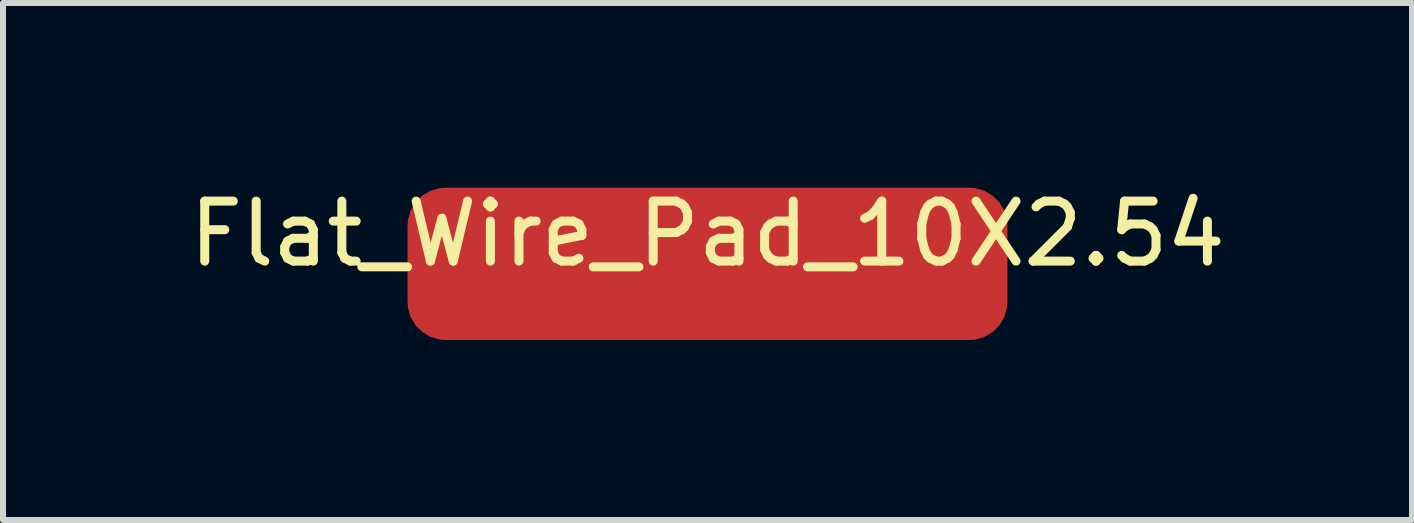
<source format=kicad_pcb>
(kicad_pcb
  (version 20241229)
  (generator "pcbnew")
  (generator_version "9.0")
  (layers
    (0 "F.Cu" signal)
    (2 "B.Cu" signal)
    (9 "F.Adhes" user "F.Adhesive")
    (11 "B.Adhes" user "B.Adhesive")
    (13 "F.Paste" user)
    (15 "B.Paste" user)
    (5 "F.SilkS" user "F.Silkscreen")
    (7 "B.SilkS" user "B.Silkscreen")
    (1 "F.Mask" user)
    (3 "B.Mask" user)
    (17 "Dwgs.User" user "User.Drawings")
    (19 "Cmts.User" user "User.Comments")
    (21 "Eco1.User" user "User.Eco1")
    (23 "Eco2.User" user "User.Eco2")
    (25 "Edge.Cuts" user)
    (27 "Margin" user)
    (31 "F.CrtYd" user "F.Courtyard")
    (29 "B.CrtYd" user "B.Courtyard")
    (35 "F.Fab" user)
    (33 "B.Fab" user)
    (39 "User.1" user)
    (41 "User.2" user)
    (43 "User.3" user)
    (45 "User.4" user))
  (footprint "Flat_Wire_Pad_10X2.54"
    (layer "F.Cu")
    (at 8.744 1.348)
    (property "Reference" "Flat_Wire_Pad_10X2.54" (at 0 -0.5 0) (unlocked yes) (layer "F.SilkS") (effects (font (size 1 1) (thickness 0.15))))
    (attr smd)
    (pad "1" smd roundrect (at 0 0) (size 10 2.54) (layers "F.Cu" "F.Mask" "F.Paste") (roundrect_rratio 0.25)))
  (gr_rect
    (start -3 -3)
    (end 20.488 5.618)
    (stroke (width 0.1) (type default))
    (fill no)
    (layer "Edge.Cuts")))
</source>
